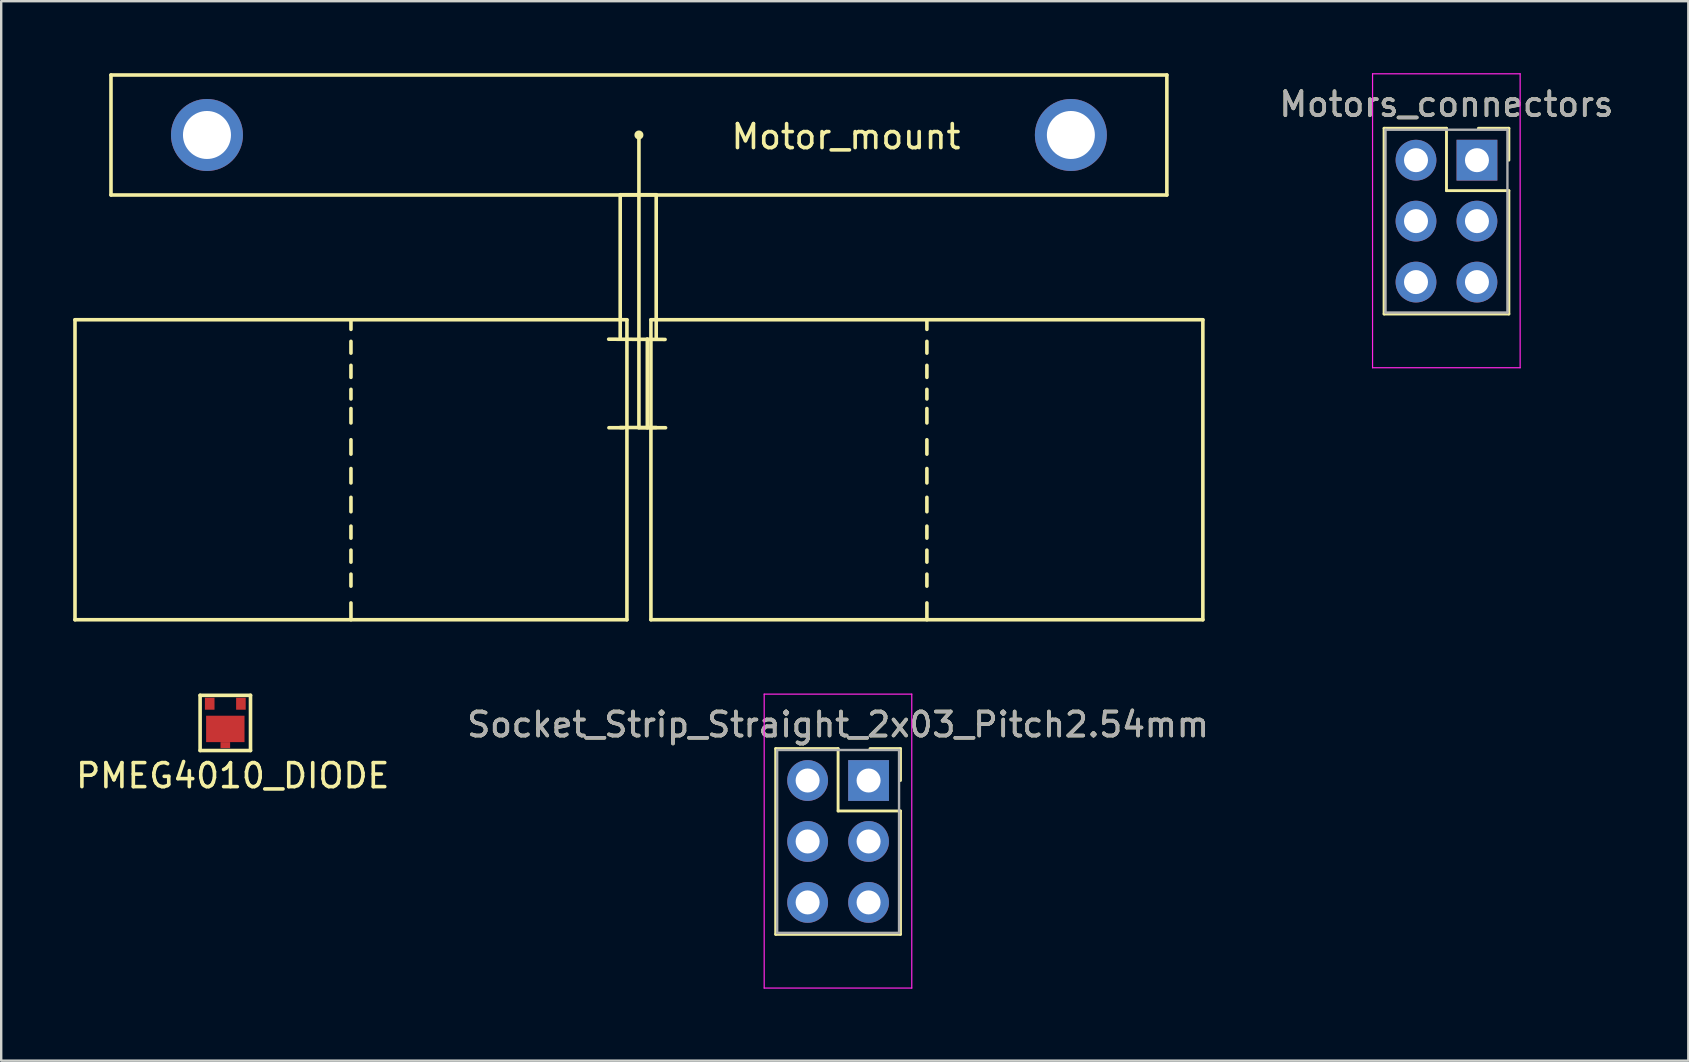
<source format=kicad_pcb>
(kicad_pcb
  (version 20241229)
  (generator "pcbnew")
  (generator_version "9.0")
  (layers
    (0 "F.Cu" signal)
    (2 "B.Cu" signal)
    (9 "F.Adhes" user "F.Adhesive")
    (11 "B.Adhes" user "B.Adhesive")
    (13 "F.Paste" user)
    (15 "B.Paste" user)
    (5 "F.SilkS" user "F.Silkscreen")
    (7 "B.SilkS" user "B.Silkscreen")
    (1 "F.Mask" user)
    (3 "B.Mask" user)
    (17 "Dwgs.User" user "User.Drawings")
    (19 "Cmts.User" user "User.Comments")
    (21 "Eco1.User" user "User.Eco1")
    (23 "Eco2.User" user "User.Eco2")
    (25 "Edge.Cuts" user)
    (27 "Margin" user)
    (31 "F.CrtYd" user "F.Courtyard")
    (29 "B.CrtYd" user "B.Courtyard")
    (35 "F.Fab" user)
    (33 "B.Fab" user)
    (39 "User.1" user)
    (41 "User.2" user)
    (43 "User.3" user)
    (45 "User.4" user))
  (footprint "Socket_Strip_Straight_2x03_Pitch2.54mm"
    (layer "F.Cu")
    (at 33.145 29.475)
    (property "Reference" "Socket_Strip_Straight_2x03_Pitch2.54mm" (at -1.27 -2.33 0) (layer "F.SilkS") (effects (font (size 1 1) (thickness 0.15))))
    (attr through_hole)
    (fp_line (start -3.87 -1.33) (end -1.27 -1.33) (stroke (width 0.12) (type solid)) (layer "F.SilkS"))
    (fp_line (start -3.87 6.41) (end -3.87 -1.33) (stroke (width 0.12) (type solid)) (layer "F.SilkS"))
    (fp_line (start -1.27 -1.33) (end -1.27 1.27) (stroke (width 0.12) (type solid)) (layer "F.SilkS"))
    (fp_line (start -1.27 1.27) (end 1.33 1.27) (stroke (width 0.12) (type solid)) (layer "F.SilkS"))
    (fp_line (start 1.33 -1.33) (end 0.06 -1.33) (stroke (width 0.12) (type solid)) (layer "F.SilkS"))
    (fp_line (start 1.33 0) (end 1.33 -1.33) (stroke (width 0.12) (type solid)) (layer "F.SilkS"))
    (fp_line (start 1.33 1.27) (end 1.33 6.41) (stroke (width 0.12) (type solid)) (layer "F.SilkS"))
    (fp_line (start 1.33 6.41) (end -3.87 6.41) (stroke (width 0.12) (type solid)) (layer "F.SilkS"))
    (fp_line (start -4.35 -3.6) (end -4.35 8.65) (stroke (width 0.05) (type solid)) (layer "F.CrtYd"))
    (fp_line (start -4.35 8.65) (end 1.8 8.65) (stroke (width 0.05) (type solid)) (layer "F.CrtYd"))
    (fp_line (start 1.8 -3.6) (end -4.35 -3.6) (stroke (width 0.05) (type solid)) (layer "F.CrtYd"))
    (fp_line (start 1.8 8.65) (end 1.8 -3.6) (stroke (width 0.05) (type solid)) (layer "F.CrtYd"))
    (fp_line (start -3.81 -1.27) (end -3.81 6.35) (stroke (width 0.1) (type solid)) (layer "F.Fab"))
    (fp_line (start -3.81 6.35) (end 1.27 6.35) (stroke (width 0.1) (type solid)) (layer "F.Fab"))
    (fp_line (start 1.27 -1.27) (end -3.81 -1.27) (stroke (width 0.1) (type solid)) (layer "F.Fab"))
    (fp_line (start 1.27 6.35) (end 1.27 -1.27) (stroke (width 0.1) (type solid)) (layer "F.Fab"))
    (fp_text user "${REFERENCE}" (at -1.27 -2.33 0) (layer "F.Fab") (effects (font (size 1 1) (thickness 0.15))))
    (pad "1" thru_hole rect (at 0 0) (size 1.7 1.7) (drill 1) (layers "*.Cu" "*.Mask"))
    (pad "2" thru_hole oval (at -2.54 0) (size 1.7 1.7) (drill 1) (layers "*.Cu" "*.Mask"))
    (pad "3" thru_hole oval (at 0 2.54) (size 1.7 1.7) (drill 1) (layers "*.Cu" "*.Mask"))
    (pad "4" thru_hole oval (at -2.54 2.54) (size 1.7 1.7) (drill 1) (layers "*.Cu" "*.Mask"))
    (pad "5" thru_hole oval (at 0 5.08) (size 1.7 1.7) (drill 1) (layers "*.Cu" "*.Mask"))
    (pad "6" thru_hole oval (at -2.54 5.08) (size 1.7 1.7) (drill 1) (layers "*.Cu" "*.Mask")))
  (footprint "Motors_connectors"
    (layer "F.Cu")
    (at 58.497 3.625)
    (property "Reference" "Motors_connectors" (at -1.27 -2.33 0) (layer "F.SilkS") (effects (font (size 1 1) (thickness 0.15))))
    (attr through_hole)
    (fp_line (start -3.87 -1.33) (end -1.27 -1.33) (stroke (width 0.12) (type solid)) (layer "F.SilkS"))
    (fp_line (start -3.87 6.41) (end -3.87 -1.33) (stroke (width 0.12) (type solid)) (layer "F.SilkS"))
    (fp_line (start -1.27 -1.33) (end -1.27 1.27) (stroke (width 0.12) (type solid)) (layer "F.SilkS"))
    (fp_line (start -1.27 1.27) (end 1.33 1.27) (stroke (width 0.12) (type solid)) (layer "F.SilkS"))
    (fp_line (start 1.33 -1.33) (end 0.06 -1.33) (stroke (width 0.12) (type solid)) (layer "F.SilkS"))
    (fp_line (start 1.33 0) (end 1.33 -1.33) (stroke (width 0.12) (type solid)) (layer "F.SilkS"))
    (fp_line (start 1.33 1.27) (end 1.33 6.41) (stroke (width 0.12) (type solid)) (layer "F.SilkS"))
    (fp_line (start 1.33 6.41) (end -3.87 6.41) (stroke (width 0.12) (type solid)) (layer "F.SilkS"))
    (fp_line (start -4.35 -3.6) (end -4.35 8.65) (stroke (width 0.05) (type solid)) (layer "F.CrtYd"))
    (fp_line (start -4.35 8.65) (end 1.8 8.65) (stroke (width 0.05) (type solid)) (layer "F.CrtYd"))
    (fp_line (start 1.8 -3.6) (end -4.35 -3.6) (stroke (width 0.05) (type solid)) (layer "F.CrtYd"))
    (fp_line (start 1.8 8.65) (end 1.8 -3.6) (stroke (width 0.05) (type solid)) (layer "F.CrtYd"))
    (fp_line (start -3.81 -1.27) (end -3.81 6.35) (stroke (width 0.1) (type solid)) (layer "F.Fab"))
    (fp_line (start -3.81 6.35) (end 1.27 6.35) (stroke (width 0.1) (type solid)) (layer "F.Fab"))
    (fp_line (start 1.27 -1.27) (end -3.81 -1.27) (stroke (width 0.1) (type solid)) (layer "F.Fab"))
    (fp_line (start 1.27 6.35) (end 1.27 -1.27) (stroke (width 0.1) (type solid)) (layer "F.Fab"))
    (fp_text user "${REFERENCE}" (at -1.27 -2.33 0) (layer "F.Fab") (effects (font (size 1 1) (thickness 0.15))))
    (pad "1" thru_hole rect (at 0 0) (size 1.7 1.7) (drill 1) (layers "*.Cu" "*.Mask"))
    (pad "2" thru_hole oval (at -2.54 0) (size 1.7 1.7) (drill 1) (layers "*.Cu" "*.Mask"))
    (pad "3" thru_hole oval (at 0 2.54) (size 1.7 1.7) (drill 1) (layers "*.Cu" "*.Mask"))
    (pad "4" thru_hole oval (at -2.54 2.54) (size 1.7 1.7) (drill 1) (layers "*.Cu" "*.Mask"))
    (pad "5" thru_hole oval (at 0 5.08) (size 1.7 1.7) (drill 1) (layers "*.Cu" "*.Mask"))
    (pad "6" thru_hole oval (at -2.54 5.08) (size 1.7 1.7) (drill 1) (layers "*.Cu" "*.Mask")))
  (footprint "Motor_mount"
    (layer "F.Cu")
    (at 23.575 2.575)
    (property "Reference" "Motor_mount" (at 8.63 0.07 0) (layer "F.SilkS") (effects (font (size 1 1) (thickness 0.15))))
    (attr through_hole)
    (fp_line (start -23.5 7.7) (end -23.5 20.2) (stroke (width 0.15) (type solid)) (layer "F.SilkS"))
    (fp_line (start -23.5 20.2) (end -0.5 20.2) (stroke (width 0.15) (type solid)) (layer "F.SilkS"))
    (fp_line (start -22 -2.5) (end -22 2.5) (stroke (width 0.15) (type solid)) (layer "F.SilkS"))
    (fp_line (start -22 2.5) (end 22 2.5) (stroke (width 0.15) (type solid)) (layer "F.SilkS"))
    (fp_line (start -12 8.1) (end -12 7.7) (stroke (width 0.15) (type solid)) (layer "F.SilkS"))
    (fp_line (start -12 9.09) (end -12 8.6) (stroke (width 0.15) (type solid)) (layer "F.SilkS"))
    (fp_line (start -12 10.1) (end -12 9.6) (stroke (width 0.15) (type solid)) (layer "F.SilkS"))
    (fp_line (start -12 11) (end -12 10.6) (stroke (width 0.15) (type solid)) (layer "F.SilkS"))
    (fp_line (start -12 12) (end -12 11.4) (stroke (width 0.15) (type solid)) (layer "F.SilkS"))
    (fp_line (start -12 13.3) (end -12 12.7) (stroke (width 0.15) (type solid)) (layer "F.SilkS"))
    (fp_line (start -12 14.5) (end -12 13.9) (stroke (width 0.15) (type solid)) (layer "F.SilkS"))
    (fp_line (start -12 15.7) (end -12 15.1) (stroke (width 0.15) (type solid)) (layer "F.SilkS"))
    (fp_line (start -12 16.8) (end -12 16.3) (stroke (width 0.15) (type solid)) (layer "F.SilkS"))
    (fp_line (start -12 17.8) (end -12 17.3) (stroke (width 0.15) (type solid)) (layer "F.SilkS"))
    (fp_line (start -12 18.8) (end -12 18.3) (stroke (width 0.15) (type solid)) (layer "F.SilkS"))
    (fp_line (start -12 20.2) (end -12 19.5) (stroke (width 0.15) (type solid)) (layer "F.SilkS"))
    (fp_line (start -1.25 12.2) (end -0.65 12.2) (stroke (width 0.15) (type solid)) (layer "F.SilkS"))
    (fp_line (start -0.78 2.49) (end -0.78 8.49) (stroke (width 0.15) (type solid)) (layer "F.SilkS"))
    (fp_line (start -0.78 2.49) (end 0.72 2.49) (stroke (width 0.15) (type solid)) (layer "F.SilkS"))
    (fp_line (start -0.5 7.7) (end -23.5 7.7) (stroke (width 0.15) (type solid)) (layer "F.SilkS"))
    (fp_line (start -0.5 20.2) (end -0.5 7.7) (stroke (width 0.15) (type solid)) (layer "F.SilkS"))
    (fp_line (start -0.01 12.2) (end 1.11 12.2) (stroke (width 0.15) (type solid)) (layer "F.SilkS"))
    (fp_line (start 0 0) (end 0 12.19) (stroke (width 0.15) (type solid)) (layer "F.SilkS"))
    (fp_line (start 0.35 12.2) (end 0.35 8.5) (stroke (width 0.15) (type solid)) (layer "F.SilkS"))
    (fp_line (start 0.5 7.7) (end 0.5 20.2) (stroke (width 0.15) (type solid)) (layer "F.SilkS"))
    (fp_line (start 0.5 20.2) (end 23.5 20.2) (stroke (width 0.15) (type solid)) (layer "F.SilkS"))
    (fp_line (start 0.72 2.49) (end 0.72 8.49) (stroke (width 0.15) (type solid)) (layer "F.SilkS"))
    (fp_line (start 0.72 12.19) (end -0.78 12.19) (stroke (width 0.15) (type solid)) (layer "F.SilkS"))
    (fp_line (start 1.09 8.52) (end -1.26 8.51) (stroke (width 0.15) (type solid)) (layer "F.SilkS"))
    (fp_line (start 12 8.1) (end 12 7.7) (stroke (width 0.15) (type solid)) (layer "F.SilkS"))
    (fp_line (start 12 9.09) (end 12 8.6) (stroke (width 0.15) (type solid)) (layer "F.SilkS"))
    (fp_line (start 12 10.1) (end 12 9.6) (stroke (width 0.15) (type solid)) (layer "F.SilkS"))
    (fp_line (start 12 11) (end 12 10.6) (stroke (width 0.15) (type solid)) (layer "F.SilkS"))
    (fp_line (start 12 12) (end 12 11.4) (stroke (width 0.15) (type solid)) (layer "F.SilkS"))
    (fp_line (start 12 13.3) (end 12 12.7) (stroke (width 0.15) (type solid)) (layer "F.SilkS"))
    (fp_line (start 12 14.5) (end 12 13.9) (stroke (width 0.15) (type solid)) (layer "F.SilkS"))
    (fp_line (start 12 15.7) (end 12 15.1) (stroke (width 0.15) (type solid)) (layer "F.SilkS"))
    (fp_line (start 12 16.8) (end 12 16.3) (stroke (width 0.15) (type solid)) (layer "F.SilkS"))
    (fp_line (start 12 17.8) (end 12 17.3) (stroke (width 0.15) (type solid)) (layer "F.SilkS"))
    (fp_line (start 12 18.8) (end 12 18.3) (stroke (width 0.15) (type solid)) (layer "F.SilkS"))
    (fp_line (start 12 20.2) (end 12 19.5) (stroke (width 0.15) (type solid)) (layer "F.SilkS"))
    (fp_line (start 22 -2.5) (end -22 -2.5) (stroke (width 0.15) (type solid)) (layer "F.SilkS"))
    (fp_line (start 22 -2.5) (end 22 2.5) (stroke (width 0.15) (type solid)) (layer "F.SilkS"))
    (fp_line (start 23.5 7.7) (end 0.5 7.7) (stroke (width 0.15) (type solid)) (layer "F.SilkS"))
    (fp_line (start 23.5 20.2) (end 23.5 7.7) (stroke (width 0.15) (type solid)) (layer "F.SilkS"))
    (fp_circle (center 0 0) (end 0.09 -0.07) (stroke (width 0.15) (type solid)) (fill no) (layer "F.SilkS"))
    (pad "" thru_hole circle (at -18 0) (size 3 3) (drill 2) (layers "*.Cu" "*.Mask"))
    (pad "" thru_hole circle (at 18 0) (size 3 3) (drill 2) (layers "*.Cu" "*.Mask")))
  (footprint "PMEG4010_DIODE"
    (layer "F.Cu")
    (at 6.339 27.325)
    (property "Reference" "PMEG4010_DIODE" (at 0.31 1.95 0) (layer "F.SilkS") (effects (font (size 1 1) (thickness 0.15))))
    (attr through_hole)
    (fp_line (start -1.05 -1.4) (end 1.05 -1.4) (stroke (width 0.15) (type solid)) (layer "F.SilkS"))
    (fp_line (start -1.05 0.9) (end -1.05 -1.4) (stroke (width 0.15) (type solid)) (layer "F.SilkS"))
    (fp_line (start 1.05 -1.4) (end 1.05 0.9) (stroke (width 0.15) (type solid)) (layer "F.SilkS"))
    (fp_line (start 1.05 0.9) (end -1.05 0.9) (stroke (width 0.15) (type solid)) (layer "F.SilkS"))
    (pad "1" smd rect (at 0 0) (size 1.6 1.1) (layers "F.Cu" "F.Mask" "F.Paste"))
    (pad "1" smd rect (at 0 0.675) (size 0.4 0.25) (layers "F.Cu" "F.Mask" "F.Paste"))
    (pad "2" smd rect (at -0.65 -1.05) (size 0.4 0.5) (layers "F.Cu" "F.Mask" "F.Paste"))
    (pad "3" smd rect (at 0.65 -1.05) (size 0.4 0.5) (layers "F.Cu" "F.Mask" "F.Paste")))
  (gr_rect
    (start -3 -3)
    (end 67.305 41.15)
    (stroke (width 0.1) (type default))
    (fill no)
    (layer "Edge.Cuts")))
</source>
